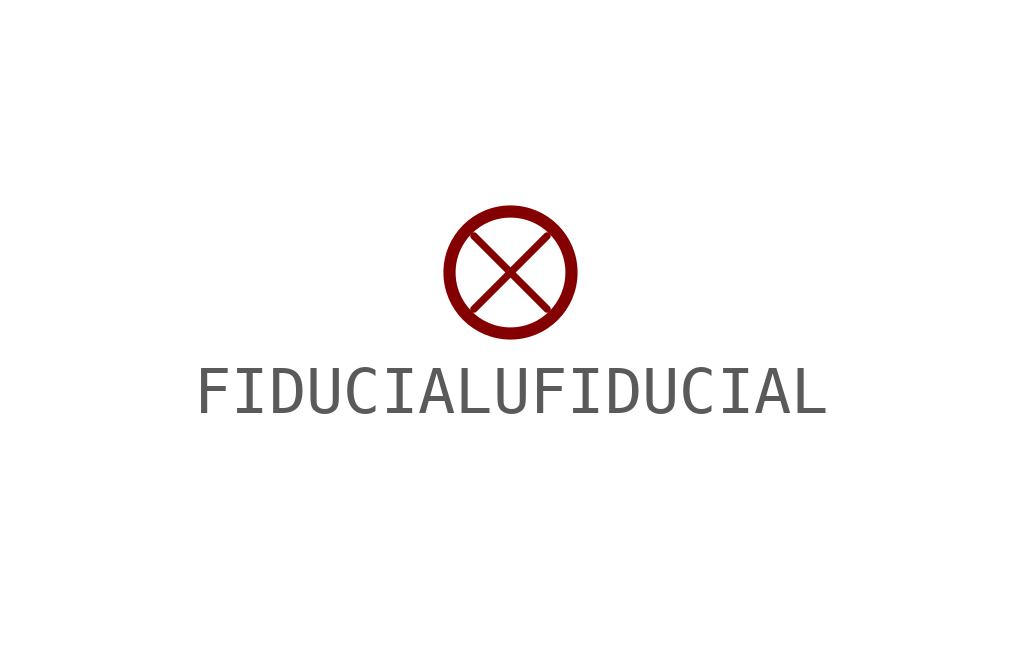
<source format=kicad_sym>
(kicad_symbol_lib
  (version 20211014)
  (generator kicad_symbol_editor)
  (symbol "FIDUCIALUFIDUCIAL"
    (pin_names
      (offset 1.016))
    (property "Reference" "FID"
      (at 0 0 0)
      (effects (font (size 1.27 1.27)) hide))
    (property "ki_locked" ""
      (at 0 0 0)
      (effects (font (size 1.27 1.27))))
    (symbol "FIDUCIALUFIDUCIAL_1_0"
      (polyline (pts (xy -0.762 0.762) (xy 0.762 -0.762)) (stroke (width 0) (type default) (color 0 0 0 0)) (fill (type none)))
      (polyline (pts (xy 0.762 0.762) (xy -0.762 -0.762)) (stroke (width 0) (type default) (color 0 0 0 0)) (fill (type none)))
      (circle (center 0 0) (radius 1.27) (stroke (width 0.254) (type default) (color 0 0 0 0)) (fill (type none))))))
</source>
